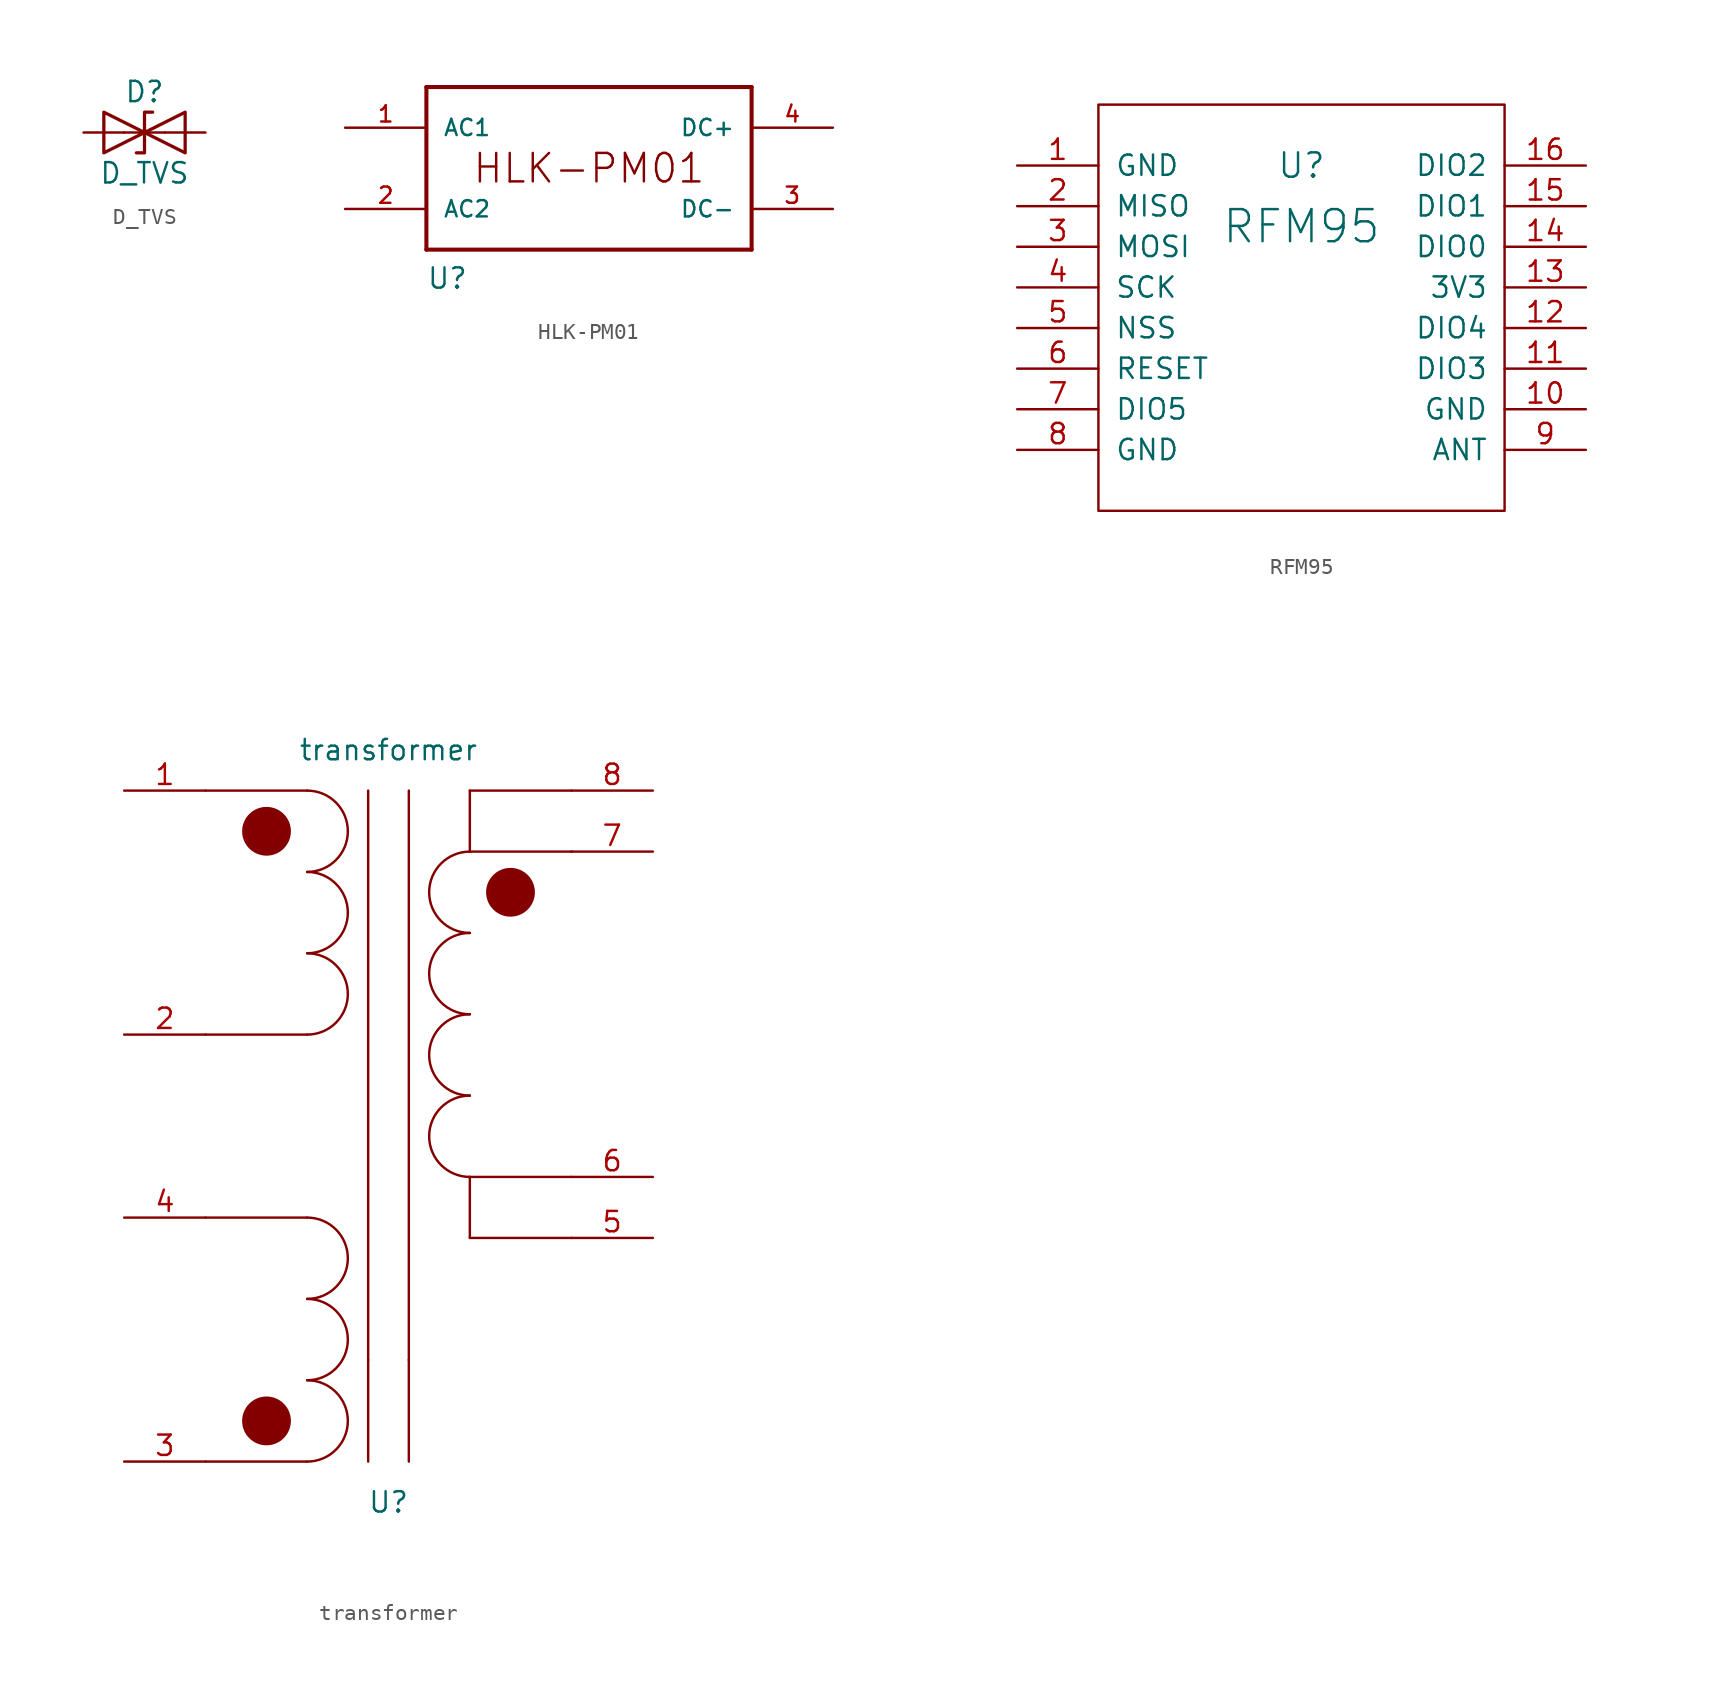
<source format=kicad_sym>
(kicad_symbol_lib
  (version 20211014)
  (generator kicad_symbol_editor)
  (symbol "D_TVS"
    (pin_numbers hide)
    (pin_names
      (offset 1.016) hide)
    (property "Reference" "D"
      (at 0 2.54 0)
      (effects (font (size 1.27 1.27))))
    (property "Value" "D_TVS"
      (at 0 -2.54 0)
      (effects (font (size 1.27 1.27))))
    (symbol "D_TVS_0_1"
      (polyline (pts (xy 1.27 0) (xy -1.27 0)) (stroke (width 0) (type default) (color 0 0 0 0)) (fill (type none)))
      (polyline (pts (xy -2.54 -1.27) (xy 0 0) (xy -2.54 1.27) (xy -2.54 -1.27)) (stroke (width 0.203) (type default) (color 0 0 0 0)) (fill (type none)))
      (polyline (pts (xy 0.508 1.27) (xy 0 1.27) (xy 0 -1.27) (xy -0.508 -1.27)) (stroke (width 0.203) (type default) (color 0 0 0 0)) (fill (type none)))
      (polyline (pts (xy 2.54 1.27) (xy 2.54 -1.27) (xy 0 0) (xy 2.54 1.27)) (stroke (width 0.203) (type default) (color 0 0 0 0)) (fill (type none))))
    (symbol "D_TVS_1_1"
      (pin passive line (at 3.81 0 180) (length 2.54) (name "2" (effects (font (size 1.27 1.27)))) (number "A" (effects (font (size 1.27 1.27)))))
      (pin passive line (at -3.81 0 0) (length 2.54) (name "1" (effects (font (size 1.27 1.27)))) (number "K" (effects (font (size 1.27 1.27)))))))
  (symbol "HLK-PM01"
    (pin_names
      (offset 1.016))
    (property "Reference" "U"
      (at -10.16 -7.62 0)
      (effects (font (size 1.27 1.27)) (justify left bottom)))
    (property "ki_locked" ""
      (at 0 0 0)
      (effects (font (size 1.27 1.27))))
    (symbol "HLK-PM01_0_0"
      (polyline (pts (xy -10.16 -5.08) (xy -10.16 5.08)) (stroke (width 0.254) (type default) (color 0 0 0 0)) (fill (type none)))
      (polyline (pts (xy -10.16 5.08) (xy 10.16 5.08)) (stroke (width 0.254) (type default) (color 0 0 0 0)) (fill (type none)))
      (polyline (pts (xy 10.16 -5.08) (xy -10.16 -5.08)) (stroke (width 0.254) (type default) (color 0 0 0 0)) (fill (type none)))
      (polyline (pts (xy 10.16 5.08) (xy 10.16 -5.08)) (stroke (width 0.254) (type default) (color 0 0 0 0)) (fill (type none)))
      (text "HLK-PM01" (at 0 0 0) (effects (font (size 1.778 1.778))))
      (pin power_in line (at -15.24 2.54 0) (length 5.08) (name "AC1" (effects (font (size 1.016 1.016)))) (number "1" (effects (font (size 1.016 1.016)))))
      (pin power_in line (at -15.24 -2.54 0) (length 5.08) (name "AC2" (effects (font (size 1.016 1.016)))) (number "2" (effects (font (size 1.016 1.016)))))
      (pin power_in line (at 15.24 -2.54 180) (length 5.08) (name "DC-" (effects (font (size 1.016 1.016)))) (number "3" (effects (font (size 1.016 1.016)))))
      (pin power_in line (at 15.24 2.54 180) (length 5.08) (name "DC+" (effects (font (size 1.016 1.016)))) (number "4" (effects (font (size 1.016 1.016)))))))
  (symbol "RFM95"
    (pin_names
      (offset 1.016))
    (property "Reference" "U"
      (at 0 8.89 0)
      (effects (font (size 1.524 1.524))))
    (property "Value" "RFM95"
      (at 0 5.08 0)
      (effects (font (size 2.007 2.007))))
    (property "Footprint" ""
      (at 0 0 0)
      (effects (font (size 1.524 1.524))))
    (property "Datasheet" ""
      (at 0 0 0)
      (effects (font (size 1.524 1.524))))
    (symbol "RFM95_0_1"
      (rectangle (start -12.7 12.7) (end 12.7 -12.7) (stroke (width 0) (type default) (color 0 0 0 0)) (fill (type none))))
    (symbol "RFM95_1_1"
      (pin passive line (at -17.78 8.89 0) (length 5.08) (name "GND" (effects (font (size 1.27 1.27)))) (number "1" (effects (font (size 1.27 1.27)))))
      (pin passive line (at 17.78 -6.35 180) (length 5.08) (name "GND" (effects (font (size 1.27 1.27)))) (number "10" (effects (font (size 1.27 1.27)))))
      (pin bidirectional line (at 17.78 -3.81 180) (length 5.08) (name "DIO3" (effects (font (size 1.27 1.27)))) (number "11" (effects (font (size 1.27 1.27)))))
      (pin bidirectional line (at 17.78 -1.27 180) (length 5.08) (name "DIO4" (effects (font (size 1.27 1.27)))) (number "12" (effects (font (size 1.27 1.27)))))
      (pin input line (at 17.78 1.27 180) (length 5.08) (name "3V3" (effects (font (size 1.27 1.27)))) (number "13" (effects (font (size 1.27 1.27)))))
      (pin bidirectional line (at 17.78 3.81 180) (length 5.08) (name "DIO0" (effects (font (size 1.27 1.27)))) (number "14" (effects (font (size 1.27 1.27)))))
      (pin bidirectional line (at 17.78 6.35 180) (length 5.08) (name "DIO1" (effects (font (size 1.27 1.27)))) (number "15" (effects (font (size 1.27 1.27)))))
      (pin bidirectional line (at 17.78 8.89 180) (length 5.08) (name "DIO2" (effects (font (size 1.27 1.27)))) (number "16" (effects (font (size 1.27 1.27)))))
      (pin output line (at -17.78 6.35 0) (length 5.08) (name "MISO" (effects (font (size 1.27 1.27)))) (number "2" (effects (font (size 1.27 1.27)))))
      (pin input line (at -17.78 3.81 0) (length 5.08) (name "MOSI" (effects (font (size 1.27 1.27)))) (number "3" (effects (font (size 1.27 1.27)))))
      (pin input line (at -17.78 1.27 0) (length 5.08) (name "SCK" (effects (font (size 1.27 1.27)))) (number "4" (effects (font (size 1.27 1.27)))))
      (pin input line (at -17.78 -1.27 0) (length 5.08) (name "NSS" (effects (font (size 1.27 1.27)))) (number "5" (effects (font (size 1.27 1.27)))))
      (pin input line (at -17.78 -3.81 0) (length 5.08) (name "RESET" (effects (font (size 1.27 1.27)))) (number "6" (effects (font (size 1.27 1.27)))))
      (pin bidirectional line (at -17.78 -6.35 0) (length 5.08) (name "DIO5" (effects (font (size 1.27 1.27)))) (number "7" (effects (font (size 1.27 1.27)))))
      (pin passive line (at -17.78 -8.89 0) (length 5.08) (name "GND" (effects (font (size 1.27 1.27)))) (number "8" (effects (font (size 1.27 1.27)))))
      (pin bidirectional line (at 17.78 -8.89 180) (length 5.08) (name "ANT" (effects (font (size 1.27 1.27)))) (number "9" (effects (font (size 1.27 1.27)))))))
  (symbol "transformer"
    (pin_names
      (offset 1.016))
    (property "Reference" "U"
      (at 0 -26.67 0)
      (effects (font (size 1.27 1.27))))
    (property "Value" "transformer"
      (at 0 20.32 0)
      (effects (font (size 1.27 1.27))))
    (symbol "transformer_0_1"
      (circle (center -7.62 15.24) (radius 1.27) (stroke (width 0.508) (type default) (color 0 0 0 0)) (fill (type outline)))
      (circle (center 7.62 11.43) (radius 1.27) (stroke (width 0.508) (type default) (color 0 0 0 0)) (fill (type outline))))
    (symbol "transformer_1_1"
      (circle (center -7.62 -21.59) (radius 1.27) (stroke (width 0.508) (type default) (color 0 0 0 0)) (fill (type outline)))
      (arc (start -5.08 -24.13) (mid -2.54 -21.59) (end -5.08 -19.05) (stroke (width 0) (type default) (color 0 0 0 0)) (fill (type none)))
      (arc (start -5.08 -19.05) (mid -2.54 -16.51) (end -5.08 -13.97) (stroke (width 0) (type default) (color 0 0 0 0)) (fill (type none)))
      (arc (start -5.08 -13.97) (mid -2.54 -11.43) (end -5.08 -8.89) (stroke (width 0) (type default) (color 0 0 0 0)) (fill (type none)))
      (arc (start -5.08 2.54) (mid -2.54 5.08) (end -5.08 7.62) (stroke (width 0) (type default) (color 0 0 0 0)) (fill (type none)))
      (arc (start -5.08 7.62) (mid -2.54 10.16) (end -5.08 12.7) (stroke (width 0) (type default) (color 0 0 0 0)) (fill (type none)))
      (arc (start -5.08 12.7) (mid -2.54 15.24) (end -5.08 17.78) (stroke (width 0) (type default) (color 0 0 0 0)) (fill (type none)))
      (polyline (pts (xy -5.08 -24.13) (xy -11.43 -24.13)) (stroke (width 0) (type default) (color 0 0 0 0)) (fill (type none)))
      (polyline (pts (xy -5.08 -8.89) (xy -11.43 -8.89)) (stroke (width 0) (type default) (color 0 0 0 0)) (fill (type none)))
      (polyline (pts (xy -5.08 2.54) (xy -11.43 2.54)) (stroke (width 0) (type default) (color 0 0 0 0)) (fill (type none)))
      (polyline (pts (xy -5.08 17.78) (xy -11.43 17.78)) (stroke (width 0) (type default) (color 0 0 0 0)) (fill (type none)))
      (polyline (pts (xy -1.27 -17.78) (xy -1.27 -24.13)) (stroke (width 0) (type default) (color 0 0 0 0)) (fill (type none)))
      (polyline (pts (xy -1.27 17.78) (xy -1.27 -17.78)) (stroke (width 0) (type default) (color 0 0 0 0)) (fill (type none)))
      (polyline (pts (xy 1.27 -17.78) (xy 1.27 -24.13)) (stroke (width 0) (type default) (color 0 0 0 0)) (fill (type none)))
      (polyline (pts (xy 1.27 17.78) (xy 1.27 -17.78)) (stroke (width 0) (type default) (color 0 0 0 0)) (fill (type none)))
      (polyline (pts (xy 5.08 -6.35) (xy 5.08 -10.16)) (stroke (width 0) (type default) (color 0 0 0 0)) (fill (type none)))
      (polyline (pts (xy 5.08 -6.35) (xy 11.43 -6.35)) (stroke (width 0) (type default) (color 0 0 0 0)) (fill (type none)))
      (polyline (pts (xy 5.08 13.97) (xy 11.43 13.97)) (stroke (width 0) (type default) (color 0 0 0 0)) (fill (type none)))
      (polyline (pts (xy 5.08 17.78) (xy 5.08 13.97)) (stroke (width 0) (type default) (color 0 0 0 0)) (fill (type none)))
      (polyline (pts (xy 11.43 -10.16) (xy 5.08 -10.16)) (stroke (width 0) (type default) (color 0 0 0 0)) (fill (type none)))
      (polyline (pts (xy 11.43 17.78) (xy 5.08 17.78)) (stroke (width 0) (type default) (color 0 0 0 0)) (fill (type none)))
      (arc (start 5.08 -1.27) (mid 2.54 -3.81) (end 5.08 -6.35) (stroke (width 0) (type default) (color 0 0 0 0)) (fill (type none)))
      (arc (start 5.08 3.81) (mid 2.54 1.27) (end 5.08 -1.27) (stroke (width 0) (type default) (color 0 0 0 0)) (fill (type none)))
      (arc (start 5.08 8.89) (mid 2.54 6.35) (end 5.08 3.81) (stroke (width 0) (type default) (color 0 0 0 0)) (fill (type none)))
      (arc (start 5.08 13.97) (mid 2.54 11.43) (end 5.08 8.89) (stroke (width 0) (type default) (color 0 0 0 0)) (fill (type none)))
      (pin input line (at -16.51 17.78 0) (length 5.08) (name "~" (effects (font (size 1.27 1.27)))) (number "1" (effects (font (size 1.27 1.27)))))
      (pin input line (at -16.51 2.54 0) (length 5.08) (name "~" (effects (font (size 1.27 1.27)))) (number "2" (effects (font (size 1.27 1.27)))))
      (pin input line (at -16.51 -24.13 0) (length 5.08) (name "~" (effects (font (size 1.27 1.27)))) (number "3" (effects (font (size 1.27 1.27)))))
      (pin input line (at -16.51 -8.89 0) (length 5.08) (name "~" (effects (font (size 1.27 1.27)))) (number "4" (effects (font (size 1.27 1.27)))))
      (pin input line (at 16.51 -10.16 180) (length 5.08) (name "~" (effects (font (size 1.27 1.27)))) (number "5" (effects (font (size 1.27 1.27)))))
      (pin input line (at 16.51 -6.35 180) (length 5.08) (name "~" (effects (font (size 1.27 1.27)))) (number "6" (effects (font (size 1.27 1.27)))))
      (pin input line (at 16.51 13.97 180) (length 5.08) (name "~" (effects (font (size 1.27 1.27)))) (number "7" (effects (font (size 1.27 1.27)))))
      (pin input line (at 16.51 17.78 180) (length 5.08) (name "~" (effects (font (size 1.27 1.27)))) (number "8" (effects (font (size 1.27 1.27))))))))
</source>
